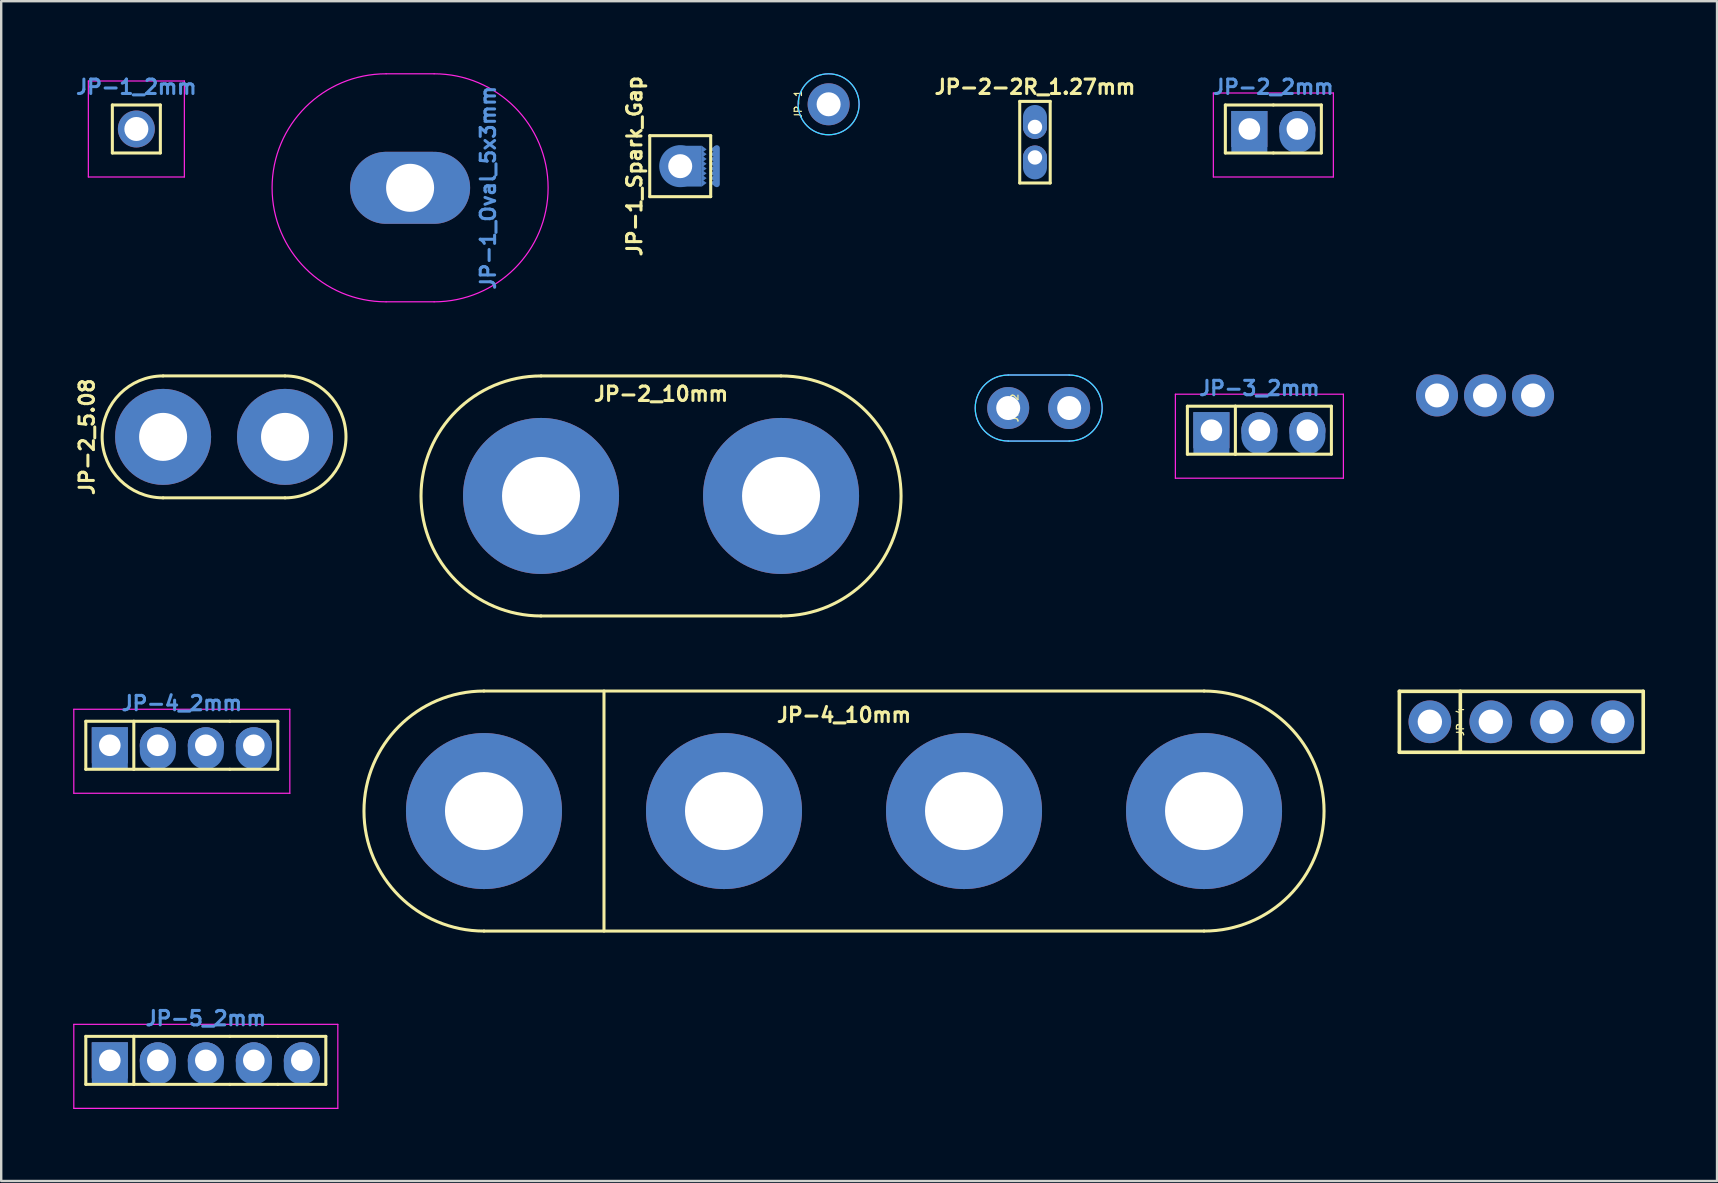
<source format=kicad_pcb>
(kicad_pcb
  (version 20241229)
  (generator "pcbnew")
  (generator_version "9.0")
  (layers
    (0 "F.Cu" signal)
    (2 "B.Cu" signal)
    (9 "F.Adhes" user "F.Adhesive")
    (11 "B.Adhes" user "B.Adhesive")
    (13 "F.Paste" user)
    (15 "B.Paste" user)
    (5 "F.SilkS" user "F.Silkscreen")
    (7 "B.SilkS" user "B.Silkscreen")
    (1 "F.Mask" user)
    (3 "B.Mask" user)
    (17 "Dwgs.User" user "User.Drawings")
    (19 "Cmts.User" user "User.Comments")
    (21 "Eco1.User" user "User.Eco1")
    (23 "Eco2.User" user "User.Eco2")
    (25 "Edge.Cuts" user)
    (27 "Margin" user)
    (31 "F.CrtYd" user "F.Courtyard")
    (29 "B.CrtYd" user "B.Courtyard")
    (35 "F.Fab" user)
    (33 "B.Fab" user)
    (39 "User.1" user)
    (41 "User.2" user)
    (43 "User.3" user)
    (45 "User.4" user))
  (footprint "JP-4_2mm"
    (layer "F.Cu")
    (at 4.525 28.001)
    (property "Reference" "JP-4_2mm" (at 0 -1.75 0) (layer "Cmts.User") (effects (font (size 0.6 0.6) (thickness 0.127))))
    (attr through_hole)
    (fp_line (start -4 -1) (end -2 -1) (stroke (width 0.127) (type solid)) (layer "F.SilkS"))
    (fp_line (start -4 1) (end -4 -1) (stroke (width 0.127) (type solid)) (layer "F.SilkS"))
    (fp_line (start -2 -1) (end -2 1) (stroke (width 0.127) (type solid)) (layer "F.SilkS"))
    (fp_line (start -2 -1) (end 2 -1) (stroke (width 0.127) (type solid)) (layer "F.SilkS"))
    (fp_line (start -2 1) (end -4 1) (stroke (width 0.127) (type solid)) (layer "F.SilkS"))
    (fp_line (start 2 -1) (end 4 -1) (stroke (width 0.127) (type solid)) (layer "F.SilkS"))
    (fp_line (start 2 1) (end -2 1) (stroke (width 0.127) (type solid)) (layer "F.SilkS"))
    (fp_line (start 2 1) (end 4 1) (stroke (width 0.127) (type solid)) (layer "F.SilkS"))
    (fp_line (start 4 -1) (end 4 1) (stroke (width 0.127) (type solid)) (layer "F.SilkS"))
    (fp_line (start -4.5 2) (end -4.5 -1.5) (stroke (width 0.05) (type solid)) (layer "F.CrtYd"))
    (fp_line (start 4.5 -1.5) (end -4.5 -1.5) (stroke (width 0.05) (type solid)) (layer "F.CrtYd"))
    (fp_line (start 4.5 -1.5) (end 4.5 2) (stroke (width 0.05) (type solid)) (layer "F.CrtYd"))
    (fp_line (start 4.5 2) (end -4.5 2) (stroke (width 0.05) (type solid)) (layer "F.CrtYd"))
    (pad "1" thru_hole rect (at -3 0) (size 1.5 1.5) (drill 0.9) (layers "*.Cu" "*.Mask"))
    (pad "1" connect rect (at -3 0.125) (size 1.5 1.75) (layers "B.Cu" "B.Mask"))
    (pad "2" thru_hole circle (at -1 0) (size 1.5 1.5) (drill 0.9) (layers "*.Cu" "*.Mask"))
    (pad "2" connect oval (at -1 0.125) (size 1.5 1.75) (layers "B.Cu" "B.Mask"))
    (pad "3" thru_hole circle (at 1 0) (size 1.5 1.5) (drill 0.9) (layers "*.Cu" "*.Mask"))
    (pad "3" connect oval (at 1 0.125) (size 1.5 1.75) (layers "B.Cu" "B.Mask"))
    (pad "4" thru_hole circle (at 3 0) (size 1.5 1.5) (drill 0.9) (layers "*.Cu" "*.Mask"))
    (pad "4" connect oval (at 3 0.125) (size 1.5 1.75) (layers "B.Cu" "B.Mask")))
  (footprint "JP-5_2mm"
    (layer "F.Cu")
    (at 5.525 41.128)
    (property "Reference" "JP-5_2mm" (at 0 -1.75 0) (layer "Cmts.User") (effects (font (size 0.6 0.6) (thickness 0.127))))
    (attr through_hole)
    (fp_line (start -5 -1) (end -3 -1) (stroke (width 0.127) (type solid)) (layer "F.SilkS"))
    (fp_line (start -5 1) (end -5 -1) (stroke (width 0.127) (type solid)) (layer "F.SilkS"))
    (fp_line (start -3 -1) (end -3 1) (stroke (width 0.127) (type solid)) (layer "F.SilkS"))
    (fp_line (start -3 -1) (end 1 -1) (stroke (width 0.127) (type solid)) (layer "F.SilkS"))
    (fp_line (start -3 1) (end -5 1) (stroke (width 0.127) (type solid)) (layer "F.SilkS"))
    (fp_line (start 1 -1) (end 3 -1) (stroke (width 0.127) (type solid)) (layer "F.SilkS"))
    (fp_line (start 1 1) (end -3 1) (stroke (width 0.127) (type solid)) (layer "F.SilkS"))
    (fp_line (start 1 1) (end 3 1) (stroke (width 0.127) (type solid)) (layer "F.SilkS"))
    (fp_line (start 3 -1) (end 5 -1) (stroke (width 0.127) (type solid)) (layer "F.SilkS"))
    (fp_line (start 3 1) (end 5 1) (stroke (width 0.127) (type solid)) (layer "F.SilkS"))
    (fp_line (start 5 -1) (end 5 1) (stroke (width 0.127) (type solid)) (layer "F.SilkS"))
    (fp_line (start -5.5 2) (end -5.5 -1.5) (stroke (width 0.05) (type solid)) (layer "F.CrtYd"))
    (fp_line (start 5.5 -1.5) (end -5.5 -1.5) (stroke (width 0.05) (type solid)) (layer "F.CrtYd"))
    (fp_line (start 5.5 -1.5) (end 5.5 2) (stroke (width 0.05) (type solid)) (layer "F.CrtYd"))
    (fp_line (start 5.5 2) (end -5.5 2) (stroke (width 0.05) (type solid)) (layer "F.CrtYd"))
    (pad "1" thru_hole rect (at -4 0) (size 1.5 1.5) (drill 0.9) (layers "*.Cu" "*.Mask"))
    (pad "1" connect rect (at -4 0.125) (size 1.5 1.75) (layers "B.Cu" "B.Mask"))
    (pad "2" thru_hole circle (at -2 0) (size 1.5 1.5) (drill 0.9) (layers "*.Cu" "*.Mask"))
    (pad "2" connect oval (at -2 0.125) (size 1.5 1.75) (layers "B.Cu" "B.Mask"))
    (pad "3" thru_hole circle (at 0 0) (size 1.5 1.5) (drill 0.9) (layers "*.Cu" "*.Mask"))
    (pad "3" connect oval (at 0 0.125) (size 1.5 1.75) (layers "B.Cu" "B.Mask"))
    (pad "4" thru_hole circle (at 2 0) (size 1.5 1.5) (drill 0.9) (layers "*.Cu" "*.Mask"))
    (pad "4" connect oval (at 2 0.125) (size 1.5 1.75) (layers "B.Cu" "B.Mask"))
    (pad "5" thru_hole circle (at 4 0) (size 1.5 1.5) (drill 0.9) (layers "*.Cu" "*.Mask"))
    (pad "5" connect oval (at 4 0.125) (size 1.5 1.75) (layers "B.Cu" "B.Mask")))
  (footprint "JP-2_10mm"
    (layer "F.Cu")
    (at 24.491 17.613)
    (property "Reference" "JP-2_10mm" (at 0 -4.25 0) (layer "F.SilkS") (effects (font (size 0.6 0.6) (thickness 0.127))))
    (attr through_hole)
    (fp_line (start -5 -5) (end 5 -5) (stroke (width 0.127) (type solid)) (layer "F.SilkS"))
    (fp_line (start -5 5) (end 5 5) (stroke (width 0.127) (type solid)) (layer "F.SilkS"))
    (fp_arc (start -5 5) (mid -10 0) (end -5 -5) (stroke (width 0.127) (type solid)) (layer "F.SilkS"))
    (fp_arc (start 5 -5) (mid 10 0) (end 5 5) (stroke (width 0.127) (type solid)) (layer "F.SilkS"))
    (pad "1" thru_hole circle (at -5 0) (size 6.5 6.5) (drill 3.25) (layers "*.Cu" "*.Mask"))
    (pad "2" thru_hole circle (at 5 0) (size 6.5 6.5) (drill 3.25) (layers "*.Cu" "*.Mask")))
  (footprint "JP-3_2mm"
    (layer "F.Cu")
    (at 49.42 14.874)
    (property "Reference" "JP-3_2mm" (at 0 -1.75 0) (layer "Cmts.User") (effects (font (size 0.6 0.6) (thickness 0.127))))
    (attr through_hole)
    (fp_line (start -3 -1) (end -1 -1) (stroke (width 0.127) (type solid)) (layer "F.SilkS"))
    (fp_line (start -3 1) (end -3 -1) (stroke (width 0.127) (type solid)) (layer "F.SilkS"))
    (fp_line (start -1 -1) (end -1 1) (stroke (width 0.127) (type solid)) (layer "F.SilkS"))
    (fp_line (start -1 -1) (end 3 -1) (stroke (width 0.127) (type solid)) (layer "F.SilkS"))
    (fp_line (start -1 1) (end -3 1) (stroke (width 0.127) (type solid)) (layer "F.SilkS"))
    (fp_line (start 3 -1) (end 3 1) (stroke (width 0.127) (type solid)) (layer "F.SilkS"))
    (fp_line (start 3 1) (end -1 1) (stroke (width 0.127) (type solid)) (layer "F.SilkS"))
    (fp_line (start -3.5 2) (end -3.5 -1.5) (stroke (width 0.05) (type solid)) (layer "F.CrtYd"))
    (fp_line (start 3.5 -1.5) (end -3.5 -1.5) (stroke (width 0.05) (type solid)) (layer "F.CrtYd"))
    (fp_line (start 3.5 -1.5) (end 3.5 2) (stroke (width 0.05) (type solid)) (layer "F.CrtYd"))
    (fp_line (start 3.5 2) (end -3.5 2) (stroke (width 0.05) (type solid)) (layer "F.CrtYd"))
    (pad "1" thru_hole rect (at -2 0) (size 1.5 1.5) (drill 0.9) (layers "*.Cu" "*.Mask"))
    (pad "1" connect rect (at -2 0.125) (size 1.5 1.75) (layers "B.Cu" "B.Mask"))
    (pad "2" thru_hole circle (at 0 0) (size 1.5 1.5) (drill 0.9) (layers "*.Cu" "*.Mask"))
    (pad "2" connect oval (at 0 0.125) (size 1.5 1.75) (layers "B.Cu" "B.Mask"))
    (pad "3" thru_hole circle (at 2 0) (size 1.5 1.5) (drill 0.9) (layers "*.Cu" "*.Mask"))
    (pad "3" connect oval (at 2 0.125) (size 1.5 1.75) (layers "B.Cu" "B.Mask")))
  (footprint "JP-4_10mm"
    (layer "F.Cu")
    (at 32.114 30.741)
    (property "Reference" "JP-4_10mm" (at 0 -4 0) (layer "F.SilkS") (effects (font (size 0.6 0.6) (thickness 0.127))))
    (attr through_hole)
    (fp_line (start -15 -5) (end 15 -5) (stroke (width 0.127) (type solid)) (layer "F.SilkS"))
    (fp_line (start -10 -5) (end -10 5) (stroke (width 0.127) (type solid)) (layer "F.SilkS"))
    (fp_line (start 15 5) (end -15 5) (stroke (width 0.127) (type solid)) (layer "F.SilkS"))
    (fp_arc (start -15 5) (mid -20 0) (end -15 -5) (stroke (width 0.127) (type solid)) (layer "F.SilkS"))
    (fp_arc (start 15 -5) (mid 20 0) (end 15 5) (stroke (width 0.127) (type solid)) (layer "F.SilkS"))
    (pad "1" thru_hole circle (at -15 0) (size 6.5 6.5) (drill 3.25) (layers "*.Cu" "*.Mask"))
    (pad "2" thru_hole circle (at -5 0) (size 6.5 6.5) (drill 3.25) (layers "*.Cu" "*.Mask"))
    (pad "3" thru_hole circle (at 5 0) (size 6.5 6.5) (drill 3.25) (layers "*.Cu" "*.Mask"))
    (pad "4" thru_hole circle (at 15 0) (size 6.5 6.5) (drill 3.25) (layers "*.Cu" "*.Mask")))
  (footprint "JP-2"
    (layer "F.Cu")
    (at 40.225 13.95)
    (property "Reference" "JP-2" (at -1 0 90) (layer "F.SilkS") (effects (font (size 0.3 0.3) (thickness 0.05))))
    (attr through_hole)
    (fp_line (start -1.27 -1.375) (end 1.27 -1.375) (stroke (width 0.05) (type solid)) (layer "B.CrtYd"))
    (fp_line (start -1.27 1.375) (end 1.27 1.375) (stroke (width 0.05) (type solid)) (layer "B.CrtYd"))
    (fp_arc (start -1.27 1.375) (mid -2.645 0) (end -1.27 -1.375) (stroke (width 0.05) (type solid)) (layer "B.CrtYd"))
    (fp_arc (start 1.27 -1.375) (mid 2.645 0) (end 1.27 1.375) (stroke (width 0.05) (type solid)) (layer "B.CrtYd"))
    (fp_line (start -1.27 -1.375) (end 1.27 -1.375) (stroke (width 0.05) (type solid)) (layer "F.CrtYd"))
    (fp_line (start -1.27 1.375) (end 1.27 1.375) (stroke (width 0.05) (type solid)) (layer "F.CrtYd"))
    (fp_arc (start -1.27 1.375) (mid -2.645 0) (end -1.27 -1.375) (stroke (width 0.05) (type solid)) (layer "F.CrtYd"))
    (fp_arc (start 1.27 -1.375) (mid 2.645 0) (end 1.27 1.375) (stroke (width 0.05) (type solid)) (layer "F.CrtYd"))
    (pad "1" thru_hole circle (at -1.27 0) (size 1.75 1.75) (drill 1) (layers "*.Cu" "*.Mask"))
    (pad "2" thru_hole circle (at 1.27 0) (size 1.75 1.75) (drill 1) (layers "*.Cu" "*.Mask")))
  (footprint "JP-1_Spark_Gap"
    (layer "F.Cu")
    (at 25.29 3.873)
    (property "Reference" "JP-1_Spark_Gap" (at -1.905 0 270) (layer "F.SilkS") (effects (font (size 0.6 0.6) (thickness 0.127))))
    (attr through_hole)
    (fp_line (start -1.27 -1.27) (end -1.27 1.27) (stroke (width 0.127) (type solid)) (layer "F.SilkS"))
    (fp_line (start -1.27 -1.27) (end 1.27 -1.27) (stroke (width 0.127) (type solid)) (layer "F.SilkS"))
    (fp_line (start -1.27 1.27) (end 1.27 1.27) (stroke (width 0.127) (type solid)) (layer "F.SilkS"))
    (fp_line (start 1.27 -1.27) (end 1.27 1.27) (stroke (width 0.127) (type solid)) (layer "F.SilkS"))
    (pad "" connect rect (at 1.155 0) (size 0.6 1.7) (layers "B.Mask"))
    (pad "1" thru_hole circle (at 0 0) (size 1.3 1.3) (drill 1) (layers "*.Cu" "*.Mask"))
    (pad "1" connect rect (at 0.4 0) (size 1 1.7) (layers "B.Cu" "B.Mask"))
    (pad "1" connect trapezoid (at 1 -0.7) (size 0.2 0.15) (rect_delta 0.15 0) (layers "B.Cu" "B.Mask"))
    (pad "1" connect trapezoid (at 1 -0.5) (size 0.2 0.15) (rect_delta 0.15 0) (layers "B.Cu"))
    (pad "1" connect trapezoid (at 1 -0.3) (size 0.2 0.15) (rect_delta 0.15 0) (layers "B.Cu" "B.Mask"))
    (pad "1" connect trapezoid (at 1 -0.1) (size 0.2 0.15) (rect_delta 0.15 0) (layers "B.Cu" "B.Mask"))
    (pad "1" connect trapezoid (at 1 0.1) (size 0.2 0.15) (rect_delta 0.15 0) (layers "B.Cu" "B.Mask"))
    (pad "1" connect trapezoid (at 1 0.3) (size 0.2 0.15) (rect_delta 0.15 0) (layers "B.Cu" "B.Mask"))
    (pad "1" connect trapezoid (at 1 0.5) (size 0.2 0.15) (rect_delta 0.15 0) (layers "B.Cu" "B.Mask"))
    (pad "1" connect trapezoid (at 1 0.7) (size 0.2 0.15) (rect_delta 0.15 0) (layers "B.Cu" "B.Mask"))
    (pad "2" connect circle (at 0 0) (size 1.75 1.75) (layers "B.Cu" "B.Mask"))
    (pad "2" smd trapezoid (at 1.3 -0.7 180) (size 0.2 0.15) (rect_delta 0.15 0) (drill (offset -0.05 0)) (layers "B.Cu" "B.Mask" "B.Paste"))
    (pad "2" smd trapezoid (at 1.35 -0.5 180) (size 0.2 0.15) (rect_delta 0.15 0) (layers "B.Cu" "B.Mask" "B.Paste"))
    (pad "2" smd trapezoid (at 1.35 -0.3 180) (size 0.2 0.15) (rect_delta 0.15 0) (layers "B.Cu" "B.Mask" "B.Paste"))
    (pad "2" smd trapezoid (at 1.35 -0.1 180) (size 0.2 0.15) (rect_delta 0.15 0) (layers "B.Cu" "B.Mask" "B.Paste"))
    (pad "2" smd trapezoid (at 1.35 0.1 180) (size 0.2 0.15) (rect_delta 0.15 0) (layers "B.Cu" "B.Mask" "B.Paste"))
    (pad "2" smd trapezoid (at 1.35 0.3 180) (size 0.2 0.15) (rect_delta 0.15 0) (layers "B.Cu" "B.Mask" "B.Paste"))
    (pad "2" smd trapezoid (at 1.35 0.5 180) (size 0.2 0.15) (rect_delta 0.15 0) (layers "B.Cu" "B.Mask" "B.Paste"))
    (pad "2" smd trapezoid (at 1.35 0.7 180) (size 0.2 0.15) (rect_delta 0.15 0) (layers "B.Cu" "B.Mask" "B.Paste"))
    (pad "2" smd oval (at 1.525 0) (size 0.25 1.75) (layers "B.Cu" "B.Mask" "B.Paste")))
  (footprint "JP-2_5.08"
    (layer "F.Cu")
    (at 6.285 15.152)
    (property "Reference" "JP-2_5.08" (at -5.715 0 90) (layer "F.SilkS") (effects (font (size 0.6 0.6) (thickness 0.125))))
    (attr exclude_from_pos_files exclude_from_bom)
    (fp_line (start -2.54 -2.54) (end 2.54 -2.54) (stroke (width 0.125) (type solid)) (layer "F.SilkS"))
    (fp_line (start -2.54 2.54) (end 2.54 2.54) (stroke (width 0.125) (type solid)) (layer "F.SilkS"))
    (fp_arc (start -2.54 2.54) (mid -5.08 0) (end -2.54 -2.54) (stroke (width 0.125) (type solid)) (layer "F.SilkS"))
    (fp_arc (start 2.54 -2.54) (mid 5.08 0) (end 2.54 2.54) (stroke (width 0.125) (type solid)) (layer "F.SilkS"))
    (pad "1" thru_hole circle (at -2.54 0) (size 4 4) (drill 2) (layers "*.Cu" "*.Mask"))
    (pad "2" thru_hole circle (at 2.54 0) (size 4 4) (drill 2) (layers "*.Cu" "*.Mask")))
  (footprint "JP-1"
    (layer "F.Cu")
    (at 31.473 1.295)
    (property "Reference" "JP-1" (at -1.27 0 90) (layer "F.SilkS") (effects (font (size 0.3 0.3) (thickness 0.05))))
    (attr through_hole)
    (fp_circle (center 0 0) (end 1.27 0) (stroke (width 0.05) (type solid)) (fill no) (layer "B.CrtYd"))
    (fp_circle (center 0 0) (end 1.27 0) (stroke (width 0.05) (type solid)) (fill no) (layer "F.CrtYd"))
    (pad "1" thru_hole circle (at 0 0) (size 1.75 1.75) (drill 1) (layers "*.Cu" "*.Mask")))
  (footprint "JP-1_Oval_5x3mm"
    (layer "F.Cu")
    (at 14.036 4.775)
    (property "Reference" "JP-1_Oval_5x3mm" (at 3.25 0 90) (layer "Cmts.User") (effects (font (size 0.6 0.6) (thickness 0.127))))
    (attr through_hole)
    (fp_line (start -1 -4.75) (end 1 -4.75) (stroke (width 0.05) (type solid)) (layer "F.CrtYd"))
    (fp_line (start -1 4.75) (end 1 4.75) (stroke (width 0.05) (type solid)) (layer "F.CrtYd"))
    (fp_arc (start -1 4.75) (mid -5.75 0) (end -1 -4.75) (stroke (width 0.05) (type solid)) (layer "F.CrtYd"))
    (fp_arc (start 1 -4.75) (mid 5.75 0) (end 1 4.75) (stroke (width 0.05) (type solid)) (layer "F.CrtYd"))
    (pad "1" thru_hole oval (at 0 0) (size 5 3) (drill 2) (layers "*.Cu" "*.Mask")))
  (footprint "JP-2-2R_1.27mm"
    (layer "F.Cu")
    (at 40.07 2.874)
    (property "Reference" "JP-2-2R_1.27mm" (at 0 -2.3 180) (layer "F.SilkS") (effects (font (size 0.6 0.6) (thickness 0.127))))
    (attr through_hole)
    (fp_line (start -0.635 -1.7) (end 0.635 -1.7) (stroke (width 0.127) (type solid)) (layer "F.SilkS"))
    (fp_line (start -0.635 1.7) (end -0.635 -1.7) (stroke (width 0.127) (type solid)) (layer "F.SilkS"))
    (fp_line (start 0.635 -1.7) (end 0.635 1.7) (stroke (width 0.127) (type solid)) (layer "F.SilkS"))
    (fp_line (start 0.635 1.7) (end -0.635 1.7) (stroke (width 0.127) (type solid)) (layer "F.SilkS"))
    (pad "1" thru_hole circle (at 0 0.635 45) (size 1 1) (drill 0.6) (layers "*.Cu" "*.Mask"))
    (pad "1" connect oval (at 0 0.85) (size 1 1.4) (layers "B.Cu" "B.Mask"))
    (pad "2" connect oval (at 0 -0.85) (size 1 1.4) (layers "B.Cu" "B.Mask"))
    (pad "2" thru_hole circle (at 0 -0.635 45) (size 1 1) (drill 0.6) (layers "*.Cu" "*.Mask")))
  (footprint "JP-3"
    (layer "F.Cu")
    (at 58.82 13.425)
    (property "Reference" "JP-3" (at -1 0 90) (layer "F.SilkS") (effects (font (size 0.001 0.001) (thickness 0.15))))
    (attr through_hole)
    (pad "1" thru_hole circle (at -2 0) (size 1.75 1.75) (drill 1) (layers "*.Cu" "*.Mask"))
    (pad "2" thru_hole circle (at 0 0) (size 1.75 1.75) (drill 1) (layers "*.Cu" "*.Mask"))
    (pad "3" thru_hole circle (at 2 0) (size 1.75 1.75) (drill 1) (layers "*.Cu" "*.Mask")))
  (footprint "JP-4"
    (layer "F.Cu")
    (at 60.332 27.022)
    (property "Reference" "JP-4" (at -2.54 0 90) (layer "F.SilkS") (effects (font (size 0.3 0.3) (thickness 0.05))))
    (attr through_hole)
    (fp_line (start -5.08 -1.27) (end 5.08 -1.27) (stroke (width 0.15) (type solid)) (layer "F.SilkS"))
    (fp_line (start -5.08 1.27) (end -5.08 -1.27) (stroke (width 0.15) (type solid)) (layer "F.SilkS"))
    (fp_line (start -2.54 -1.27) (end -2.54 1.27) (stroke (width 0.15) (type solid)) (layer "F.SilkS"))
    (fp_line (start 5.08 -1.27) (end 5.08 1.27) (stroke (width 0.15) (type solid)) (layer "F.SilkS"))
    (fp_line (start 5.08 1.27) (end -5.08 1.27) (stroke (width 0.15) (type solid)) (layer "F.SilkS"))
    (pad "1" thru_hole circle (at -3.81 0) (size 1.778 1.778) (drill 1.016) (layers "*.Cu" "*.Mask"))
    (pad "2" thru_hole circle (at -1.27 0) (size 1.778 1.778) (drill 1.016) (layers "*.Cu" "*.Mask"))
    (pad "3" thru_hole circle (at 1.27 0) (size 1.778 1.778) (drill 1.016) (layers "*.Cu" "*.Mask"))
    (pad "4" thru_hole circle (at 3.81 0) (size 1.778 1.778) (drill 1.016) (layers "*.Cu" "*.Mask")))
  (footprint "JP-2_2mm"
    (layer "F.Cu")
    (at 50.002 2.324)
    (property "Reference" "JP-2_2mm" (at 0 -1.75 0) (layer "Cmts.User") (effects (font (size 0.6 0.6) (thickness 0.127))))
    (attr through_hole)
    (fp_line (start -2 -1) (end 0 -1) (stroke (width 0.127) (type solid)) (layer "F.SilkS"))
    (fp_line (start -2 1) (end -2 -1) (stroke (width 0.127) (type solid)) (layer "F.SilkS"))
    (fp_line (start 0 1) (end -2 1) (stroke (width 0.127) (type solid)) (layer "F.SilkS"))
    (fp_line (start 0 1) (end 2 1) (stroke (width 0.127) (type solid)) (layer "F.SilkS"))
    (fp_line (start 2 -1) (end 0 -1) (stroke (width 0.127) (type solid)) (layer "F.SilkS"))
    (fp_line (start 2 -1) (end 2 1) (stroke (width 0.127) (type solid)) (layer "F.SilkS"))
    (fp_line (start -2.5 2) (end -2.5 -1.5) (stroke (width 0.05) (type solid)) (layer "F.CrtYd"))
    (fp_line (start 2.5 -1.5) (end -2.5 -1.5) (stroke (width 0.05) (type solid)) (layer "F.CrtYd"))
    (fp_line (start 2.5 -1.5) (end 2.5 2) (stroke (width 0.05) (type solid)) (layer "F.CrtYd"))
    (fp_line (start 2.5 2) (end -2.5 2) (stroke (width 0.05) (type solid)) (layer "F.CrtYd"))
    (pad "1" thru_hole rect (at -1 0) (size 1.5 1.5) (drill 0.9) (layers "*.Cu" "*.Mask"))
    (pad "1" connect rect (at -1 0.125) (size 1.5 1.75) (layers "B.Cu" "B.Mask"))
    (pad "2" thru_hole circle (at 1 0) (size 1.5 1.5) (drill 0.9) (layers "*.Cu" "*.Mask"))
    (pad "2" connect oval (at 1 0.125) (size 1.5 1.75) (layers "B.Cu" "B.Mask")))
  (footprint "JP-1_2mm"
    (layer "F.Cu")
    (at 2.631 2.324)
    (property "Reference" "JP-1_2mm" (at 0 -1.75 0) (layer "Cmts.User") (effects (font (size 0.6 0.6) (thickness 0.127))))
    (attr through_hole)
    (fp_line (start -1 -1) (end 1 -1) (stroke (width 0.127) (type solid)) (layer "F.SilkS"))
    (fp_line (start -1 1) (end -1 -1) (stroke (width 0.127) (type solid)) (layer "F.SilkS"))
    (fp_line (start 1 -1) (end 1 1) (stroke (width 0.127) (type solid)) (layer "F.SilkS"))
    (fp_line (start 1 1) (end -1 1) (stroke (width 0.127) (type solid)) (layer "F.SilkS"))
    (fp_line (start -2 2) (end -2 -2) (stroke (width 0.05) (type solid)) (layer "F.CrtYd"))
    (fp_line (start 2 -2) (end -2 -2) (stroke (width 0.05) (type solid)) (layer "F.CrtYd"))
    (fp_line (start 2 -2) (end 2 2) (stroke (width 0.05) (type solid)) (layer "F.CrtYd"))
    (fp_line (start 2 2) (end -2 2) (stroke (width 0.05) (type solid)) (layer "F.CrtYd"))
    (pad "1" thru_hole circle (at 0 0) (size 1.54 1.54) (drill 1) (layers "*.Cu" "*.Mask")))
  (gr_rect
    (start -3 -3)
    (end 68.487 46.153)
    (stroke (width 0.1) (type default))
    (fill no)
    (layer "Edge.Cuts")))
</source>
